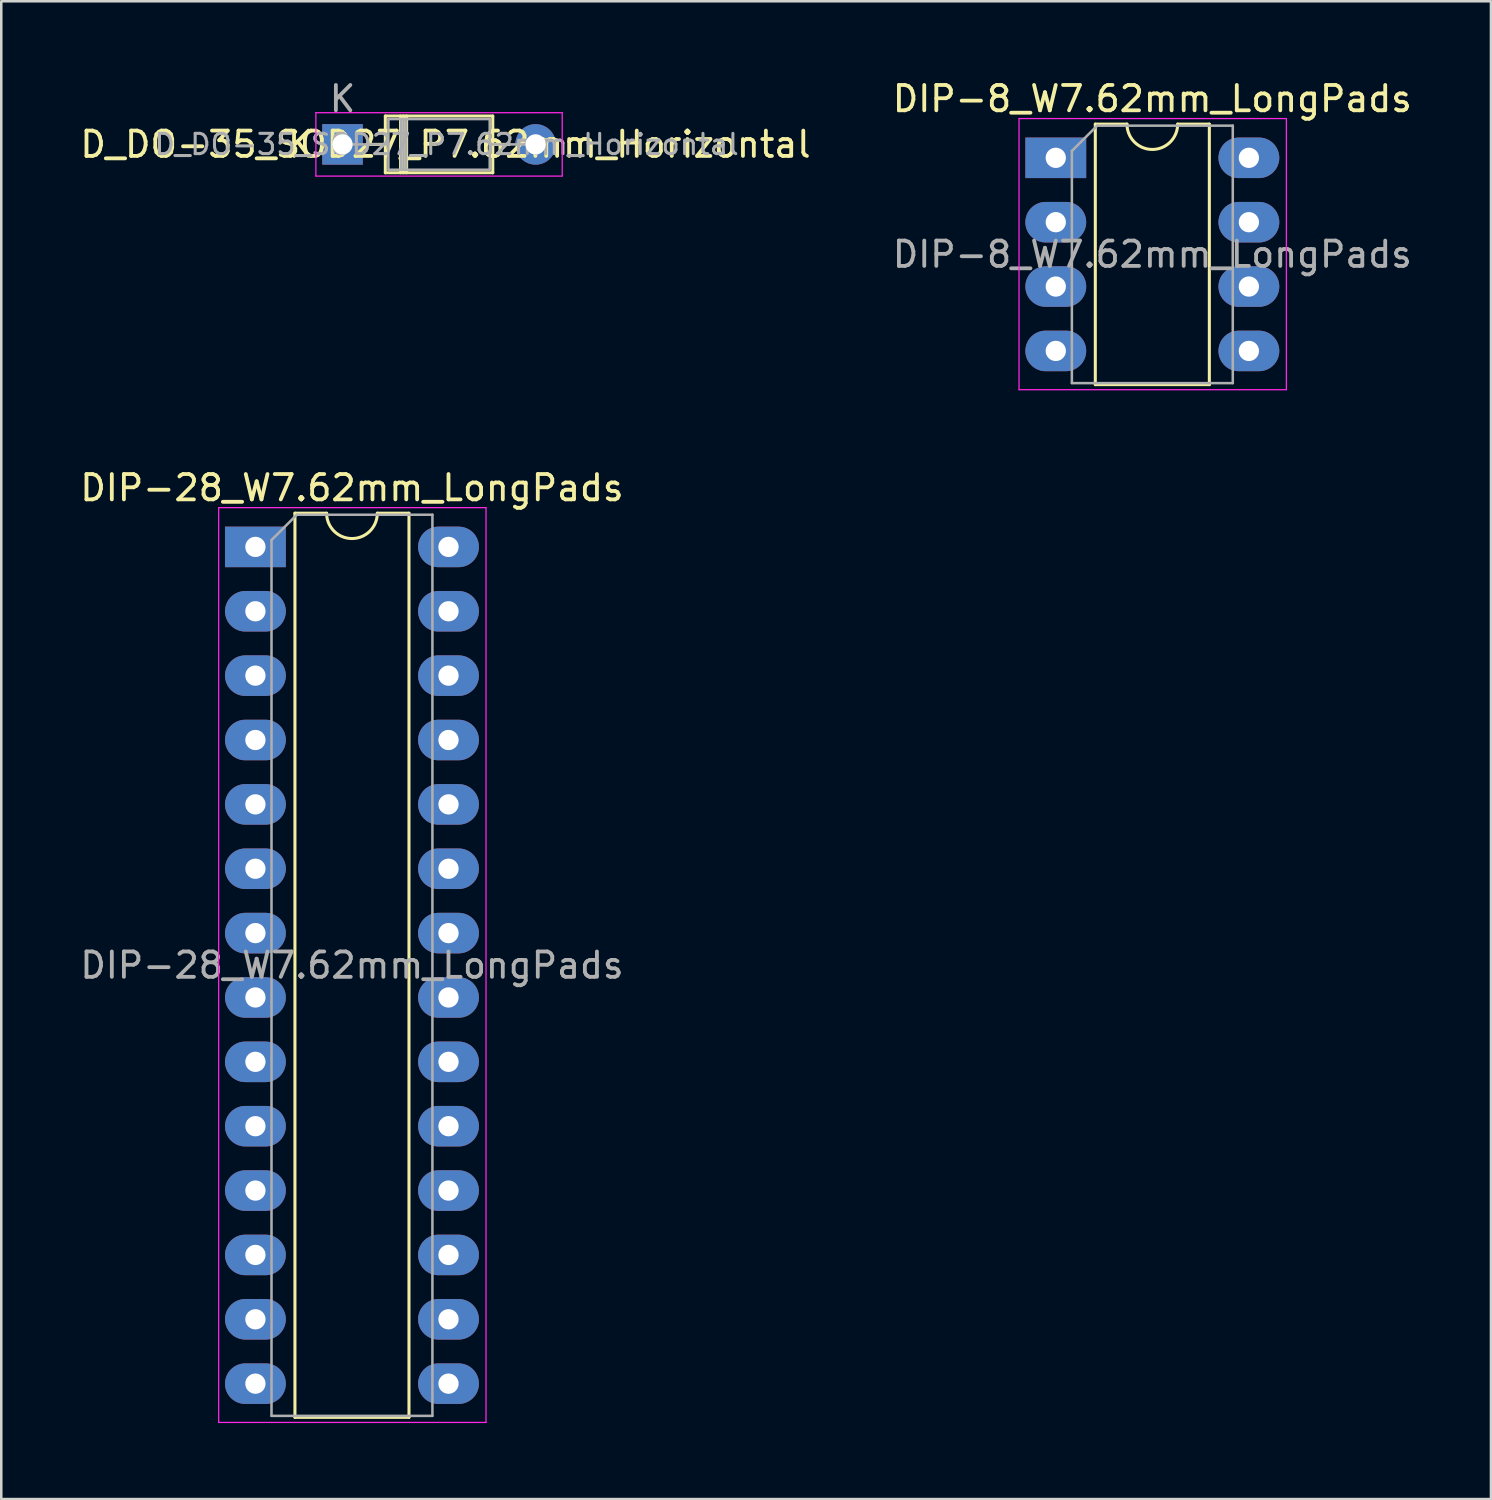
<source format=kicad_pcb>
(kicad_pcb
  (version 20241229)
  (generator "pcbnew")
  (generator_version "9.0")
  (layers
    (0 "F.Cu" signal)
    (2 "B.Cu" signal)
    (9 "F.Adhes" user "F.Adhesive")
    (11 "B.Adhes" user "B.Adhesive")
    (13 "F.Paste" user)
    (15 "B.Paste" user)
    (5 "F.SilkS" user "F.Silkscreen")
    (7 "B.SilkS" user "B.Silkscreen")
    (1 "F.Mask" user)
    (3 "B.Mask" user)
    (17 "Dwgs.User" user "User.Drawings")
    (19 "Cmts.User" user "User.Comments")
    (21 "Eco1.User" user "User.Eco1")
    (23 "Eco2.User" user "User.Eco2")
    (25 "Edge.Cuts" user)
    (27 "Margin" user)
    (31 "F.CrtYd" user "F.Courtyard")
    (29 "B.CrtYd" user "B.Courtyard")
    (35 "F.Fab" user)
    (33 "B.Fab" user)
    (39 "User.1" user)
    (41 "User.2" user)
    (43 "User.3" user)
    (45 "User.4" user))
  (footprint "DIP-28_W7.62mm_LongPads"
    (layer "F.Cu")
    (at 7.029 18.532)
    (property "Reference" "DIP-28_W7.62mm_LongPads" (at 3.81 -2.33 0) (layer "F.SilkS") (effects (font (size 1 1) (thickness 0.15))))
    (attr through_hole)
    (fp_line (start 1.56 -1.33) (end 1.56 34.35) (stroke (width 0.12) (type solid)) (layer "F.SilkS"))
    (fp_line (start 1.56 34.35) (end 6.06 34.35) (stroke (width 0.12) (type solid)) (layer "F.SilkS"))
    (fp_line (start 2.81 -1.33) (end 1.56 -1.33) (stroke (width 0.12) (type solid)) (layer "F.SilkS"))
    (fp_line (start 6.06 -1.33) (end 4.81 -1.33) (stroke (width 0.12) (type solid)) (layer "F.SilkS"))
    (fp_line (start 6.06 34.35) (end 6.06 -1.33) (stroke (width 0.12) (type solid)) (layer "F.SilkS"))
    (fp_arc (start 4.81 -1.33) (mid 3.81 -0.33) (end 2.81 -1.33) (stroke (width 0.12) (type solid)) (layer "F.SilkS"))
    (fp_line (start -1.45 -1.55) (end -1.45 34.55) (stroke (width 0.05) (type solid)) (layer "F.CrtYd"))
    (fp_line (start -1.45 34.55) (end 9.1 34.55) (stroke (width 0.05) (type solid)) (layer "F.CrtYd"))
    (fp_line (start 9.1 -1.55) (end -1.45 -1.55) (stroke (width 0.05) (type solid)) (layer "F.CrtYd"))
    (fp_line (start 9.1 34.55) (end 9.1 -1.55) (stroke (width 0.05) (type solid)) (layer "F.CrtYd"))
    (fp_line (start 0.635 -0.27) (end 1.635 -1.27) (stroke (width 0.1) (type solid)) (layer "F.Fab"))
    (fp_line (start 0.635 34.29) (end 0.635 -0.27) (stroke (width 0.1) (type solid)) (layer "F.Fab"))
    (fp_line (start 1.635 -1.27) (end 6.985 -1.27) (stroke (width 0.1) (type solid)) (layer "F.Fab"))
    (fp_line (start 6.985 -1.27) (end 6.985 34.29) (stroke (width 0.1) (type solid)) (layer "F.Fab"))
    (fp_line (start 6.985 34.29) (end 0.635 34.29) (stroke (width 0.1) (type solid)) (layer "F.Fab"))
    (fp_text user "${REFERENCE}" (at 3.81 16.51 0) (layer "F.Fab") (effects (font (size 1 1) (thickness 0.15))))
    (pad "1" thru_hole rect (at 0 0) (size 2.4 1.6) (drill 0.8) (layers "*.Cu" "*.Mask"))
    (pad "2" thru_hole oval (at 0 2.54) (size 2.4 1.6) (drill 0.8) (layers "*.Cu" "*.Mask"))
    (pad "3" thru_hole oval (at 0 5.08) (size 2.4 1.6) (drill 0.8) (layers "*.Cu" "*.Mask"))
    (pad "4" thru_hole oval (at 0 7.62) (size 2.4 1.6) (drill 0.8) (layers "*.Cu" "*.Mask"))
    (pad "5" thru_hole oval (at 0 10.16) (size 2.4 1.6) (drill 0.8) (layers "*.Cu" "*.Mask"))
    (pad "6" thru_hole oval (at 0 12.7) (size 2.4 1.6) (drill 0.8) (layers "*.Cu" "*.Mask"))
    (pad "7" thru_hole oval (at 0 15.24) (size 2.4 1.6) (drill 0.8) (layers "*.Cu" "*.Mask"))
    (pad "8" thru_hole oval (at 0 17.78) (size 2.4 1.6) (drill 0.8) (layers "*.Cu" "*.Mask"))
    (pad "9" thru_hole oval (at 0 20.32) (size 2.4 1.6) (drill 0.8) (layers "*.Cu" "*.Mask"))
    (pad "10" thru_hole oval (at 0 22.86) (size 2.4 1.6) (drill 0.8) (layers "*.Cu" "*.Mask"))
    (pad "11" thru_hole oval (at 0 25.4) (size 2.4 1.6) (drill 0.8) (layers "*.Cu" "*.Mask"))
    (pad "12" thru_hole oval (at 0 27.94) (size 2.4 1.6) (drill 0.8) (layers "*.Cu" "*.Mask"))
    (pad "13" thru_hole oval (at 0 30.48) (size 2.4 1.6) (drill 0.8) (layers "*.Cu" "*.Mask"))
    (pad "14" thru_hole oval (at 0 33.02) (size 2.4 1.6) (drill 0.8) (layers "*.Cu" "*.Mask"))
    (pad "15" thru_hole oval (at 7.62 33.02) (size 2.4 1.6) (drill 0.8) (layers "*.Cu" "*.Mask"))
    (pad "16" thru_hole oval (at 7.62 30.48) (size 2.4 1.6) (drill 0.8) (layers "*.Cu" "*.Mask"))
    (pad "17" thru_hole oval (at 7.62 27.94) (size 2.4 1.6) (drill 0.8) (layers "*.Cu" "*.Mask"))
    (pad "18" thru_hole oval (at 7.62 25.4) (size 2.4 1.6) (drill 0.8) (layers "*.Cu" "*.Mask"))
    (pad "19" thru_hole oval (at 7.62 22.86) (size 2.4 1.6) (drill 0.8) (layers "*.Cu" "*.Mask"))
    (pad "20" thru_hole oval (at 7.62 20.32) (size 2.4 1.6) (drill 0.8) (layers "*.Cu" "*.Mask"))
    (pad "21" thru_hole oval (at 7.62 17.78) (size 2.4 1.6) (drill 0.8) (layers "*.Cu" "*.Mask"))
    (pad "22" thru_hole oval (at 7.62 15.24) (size 2.4 1.6) (drill 0.8) (layers "*.Cu" "*.Mask"))
    (pad "23" thru_hole oval (at 7.62 12.7) (size 2.4 1.6) (drill 0.8) (layers "*.Cu" "*.Mask"))
    (pad "24" thru_hole oval (at 7.62 10.16) (size 2.4 1.6) (drill 0.8) (layers "*.Cu" "*.Mask"))
    (pad "25" thru_hole oval (at 7.62 7.62) (size 2.4 1.6) (drill 0.8) (layers "*.Cu" "*.Mask"))
    (pad "26" thru_hole oval (at 7.62 5.08) (size 2.4 1.6) (drill 0.8) (layers "*.Cu" "*.Mask"))
    (pad "27" thru_hole oval (at 7.62 2.54) (size 2.4 1.6) (drill 0.8) (layers "*.Cu" "*.Mask"))
    (pad "28" thru_hole oval (at 7.62 0) (size 2.4 1.6) (drill 0.8) (layers "*.Cu" "*.Mask")))
  (footprint "DIP-8_W7.62mm_LongPads"
    (layer "F.Cu")
    (at 38.613 3.178)
    (property "Reference" "DIP-8_W7.62mm_LongPads" (at 3.81 -2.33 180) (layer "F.SilkS") (effects (font (size 1 1) (thickness 0.15))))
    (attr through_hole)
    (fp_line (start 1.56 -1.33) (end 1.56 8.95) (stroke (width 0.12) (type solid)) (layer "F.SilkS"))
    (fp_line (start 1.56 8.95) (end 6.06 8.95) (stroke (width 0.12) (type solid)) (layer "F.SilkS"))
    (fp_line (start 2.81 -1.33) (end 1.56 -1.33) (stroke (width 0.12) (type solid)) (layer "F.SilkS"))
    (fp_line (start 6.06 -1.33) (end 4.81 -1.33) (stroke (width 0.12) (type solid)) (layer "F.SilkS"))
    (fp_line (start 6.06 8.95) (end 6.06 -1.33) (stroke (width 0.12) (type solid)) (layer "F.SilkS"))
    (fp_arc (start 4.81 -1.33) (mid 3.81 -0.33) (end 2.81 -1.33) (stroke (width 0.12) (type solid)) (layer "F.SilkS"))
    (fp_line (start -1.45 -1.55) (end -1.45 9.15) (stroke (width 0.05) (type solid)) (layer "F.CrtYd"))
    (fp_line (start -1.45 9.15) (end 9.1 9.15) (stroke (width 0.05) (type solid)) (layer "F.CrtYd"))
    (fp_line (start 9.1 -1.55) (end -1.45 -1.55) (stroke (width 0.05) (type solid)) (layer "F.CrtYd"))
    (fp_line (start 9.1 9.15) (end 9.1 -1.55) (stroke (width 0.05) (type solid)) (layer "F.CrtYd"))
    (fp_line (start 0.635 -0.27) (end 1.635 -1.27) (stroke (width 0.1) (type solid)) (layer "F.Fab"))
    (fp_line (start 0.635 8.89) (end 0.635 -0.27) (stroke (width 0.1) (type solid)) (layer "F.Fab"))
    (fp_line (start 1.635 -1.27) (end 6.985 -1.27) (stroke (width 0.1) (type solid)) (layer "F.Fab"))
    (fp_line (start 6.985 -1.27) (end 6.985 8.89) (stroke (width 0.1) (type solid)) (layer "F.Fab"))
    (fp_line (start 6.985 8.89) (end 0.635 8.89) (stroke (width 0.1) (type solid)) (layer "F.Fab"))
    (fp_text user "${REFERENCE}" (at 3.81 3.81 180) (layer "F.Fab") (effects (font (size 1 1) (thickness 0.15))))
    (pad "1" thru_hole rect (at 0 0) (size 2.4 1.6) (drill 0.8) (layers "*.Cu" "*.Mask"))
    (pad "2" thru_hole oval (at 0 2.54) (size 2.4 1.6) (drill 0.8) (layers "*.Cu" "*.Mask"))
    (pad "3" thru_hole oval (at 0 5.08) (size 2.4 1.6) (drill 0.8) (layers "*.Cu" "*.Mask"))
    (pad "4" thru_hole oval (at 0 7.62) (size 2.4 1.6) (drill 0.8) (layers "*.Cu" "*.Mask"))
    (pad "5" thru_hole oval (at 7.62 7.62) (size 2.4 1.6) (drill 0.8) (layers "*.Cu" "*.Mask"))
    (pad "6" thru_hole oval (at 7.62 5.08) (size 2.4 1.6) (drill 0.8) (layers "*.Cu" "*.Mask"))
    (pad "7" thru_hole oval (at 7.62 2.54) (size 2.4 1.6) (drill 0.8) (layers "*.Cu" "*.Mask"))
    (pad "8" thru_hole oval (at 7.62 0) (size 2.4 1.6) (drill 0.8) (layers "*.Cu" "*.Mask")))
  (footprint "D_DO-35_SOD27_P7.62mm_Horizontal"
    (layer "F.Cu")
    (at 10.466 2.648)
    (property "Reference" "D_DO-35_SOD27_P7.62mm_Horizontal" (at 4.064 0 0) (layer "F.SilkS") (effects (font (size 1 1) (thickness 0.15))))
    (attr through_hole)
    (fp_line (start 1.04 0) (end 1.69 0) (stroke (width 0.12) (type solid)) (layer "F.SilkS"))
    (fp_line (start 1.69 -1.12) (end 1.69 1.12) (stroke (width 0.12) (type solid)) (layer "F.SilkS"))
    (fp_line (start 1.69 1.12) (end 5.93 1.12) (stroke (width 0.12) (type solid)) (layer "F.SilkS"))
    (fp_line (start 2.29 -1.12) (end 2.29 1.12) (stroke (width 0.12) (type solid)) (layer "F.SilkS"))
    (fp_line (start 2.41 -1.12) (end 2.41 1.12) (stroke (width 0.12) (type solid)) (layer "F.SilkS"))
    (fp_line (start 2.53 -1.12) (end 2.53 1.12) (stroke (width 0.12) (type solid)) (layer "F.SilkS"))
    (fp_line (start 5.93 -1.12) (end 1.69 -1.12) (stroke (width 0.12) (type solid)) (layer "F.SilkS"))
    (fp_line (start 5.93 1.12) (end 5.93 -1.12) (stroke (width 0.12) (type solid)) (layer "F.SilkS"))
    (fp_line (start 6.58 0) (end 5.93 0) (stroke (width 0.12) (type solid)) (layer "F.SilkS"))
    (fp_line (start -1.05 -1.25) (end -1.05 1.25) (stroke (width 0.05) (type solid)) (layer "F.CrtYd"))
    (fp_line (start -1.05 1.25) (end 8.67 1.25) (stroke (width 0.05) (type solid)) (layer "F.CrtYd"))
    (fp_line (start 8.67 -1.25) (end -1.05 -1.25) (stroke (width 0.05) (type solid)) (layer "F.CrtYd"))
    (fp_line (start 8.67 1.25) (end 8.67 -1.25) (stroke (width 0.05) (type solid)) (layer "F.CrtYd"))
    (fp_line (start 0 0) (end 1.81 0) (stroke (width 0.1) (type solid)) (layer "F.Fab"))
    (fp_line (start 1.81 -1) (end 1.81 1) (stroke (width 0.1) (type solid)) (layer "F.Fab"))
    (fp_line (start 1.81 1) (end 5.81 1) (stroke (width 0.1) (type solid)) (layer "F.Fab"))
    (fp_line (start 2.31 -1) (end 2.31 1) (stroke (width 0.1) (type solid)) (layer "F.Fab"))
    (fp_line (start 2.41 -1) (end 2.41 1) (stroke (width 0.1) (type solid)) (layer "F.Fab"))
    (fp_line (start 2.51 -1) (end 2.51 1) (stroke (width 0.1) (type solid)) (layer "F.Fab"))
    (fp_line (start 5.81 -1) (end 1.81 -1) (stroke (width 0.1) (type solid)) (layer "F.Fab"))
    (fp_line (start 5.81 1) (end 5.81 -1) (stroke (width 0.1) (type solid)) (layer "F.Fab"))
    (fp_line (start 7.62 0) (end 5.81 0) (stroke (width 0.1) (type solid)) (layer "F.Fab"))
    (fp_text user "K" (at -1.651 0 0) (layer "F.SilkS") (effects (font (size 1 1) (thickness 0.15))))
    (fp_text user "${REFERENCE}" (at 4.11 0 0) (layer "F.Fab") (effects (font (size 0.8 0.8) (thickness 0.12))))
    (fp_text user "K" (at 0 -1.8 0) (layer "F.Fab") (effects (font (size 1 1) (thickness 0.15))))
    (pad "1" thru_hole rect (at 0 0) (size 1.6 1.6) (drill 0.8) (layers "*.Cu" "*.Mask"))
    (pad "2" thru_hole oval (at 7.62 0) (size 1.6 1.6) (drill 0.8) (layers "*.Cu" "*.Mask")))
  (gr_rect
    (start -3 -3)
    (end 55.786 56.106)
    (stroke (width 0.1) (type default))
    (fill no)
    (layer "Edge.Cuts")))
</source>
